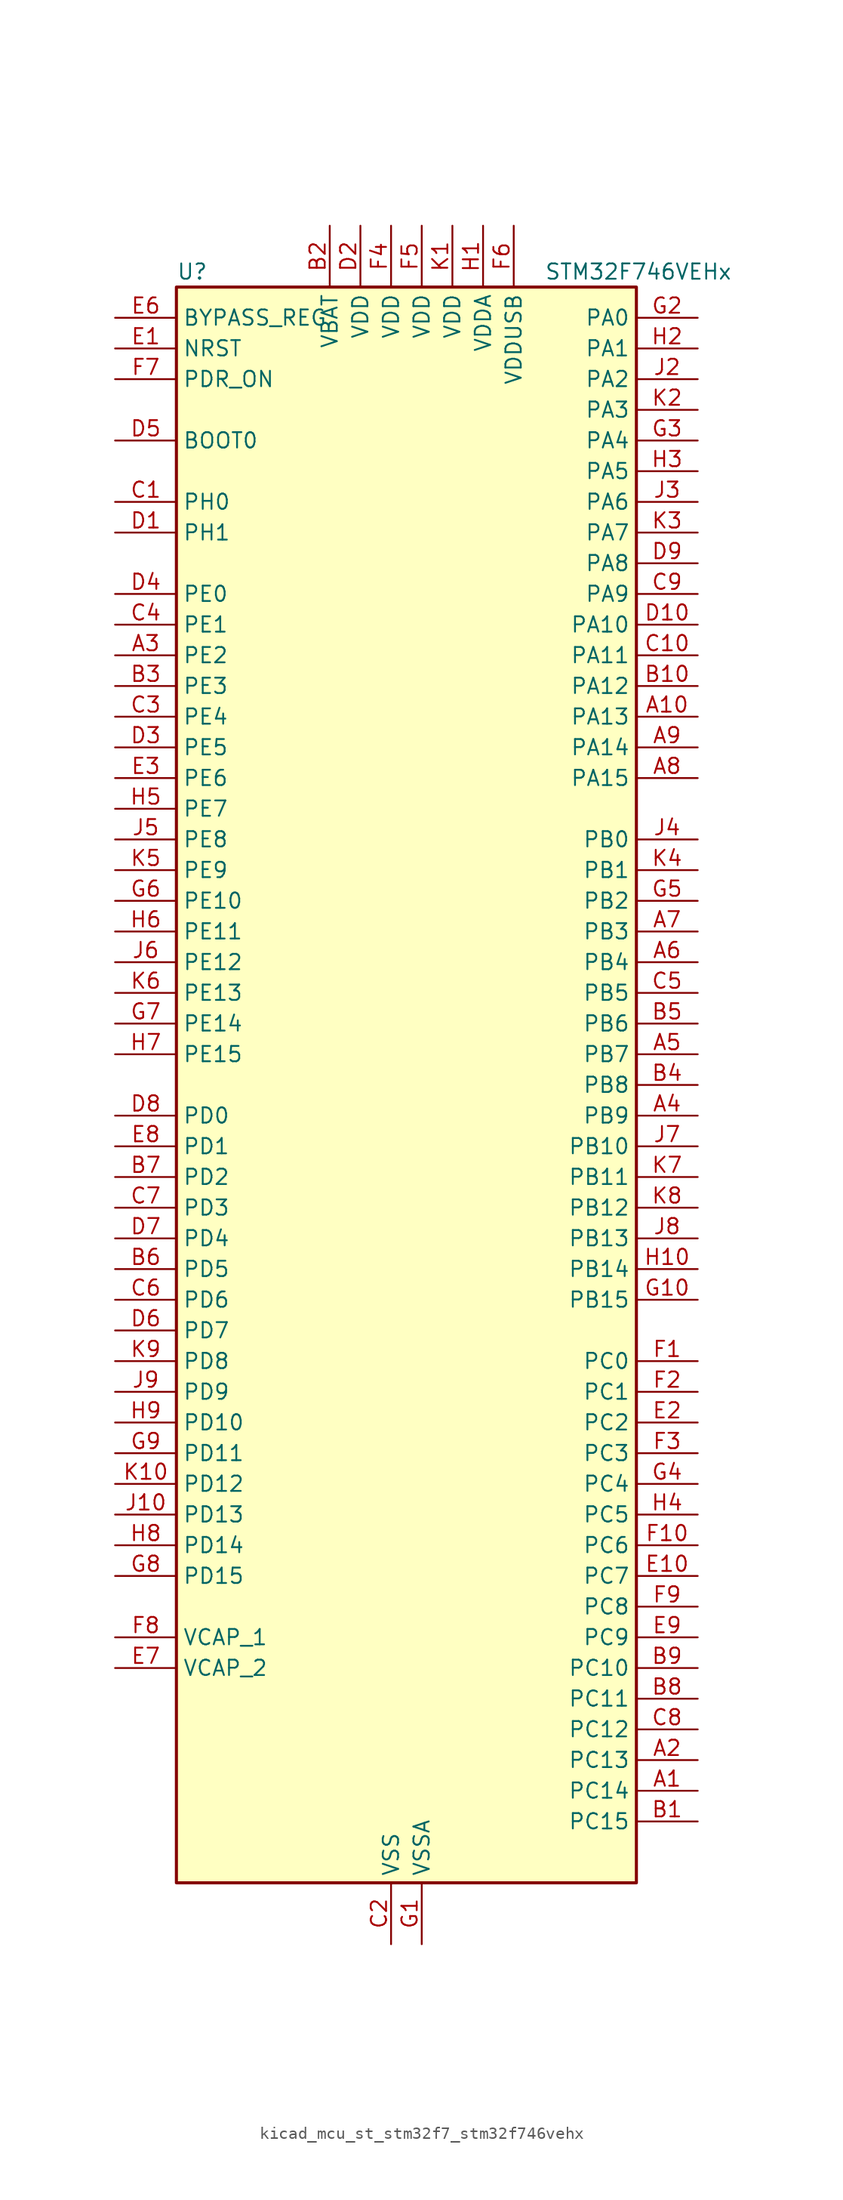
<source format=kicad_sym>
(kicad_symbol_lib
  (version 20220914)
  (generator kicad_symbol_editor)
  (symbol "kicad_mcu_st_stm32f7_stm32f746vehx"
    (property "Reference" "U"
      (at -17.78 67.31 0)
      (effects (font (size 1.27 1.27)) (justify left)))
    (property "Value" "STM32F746VEHx"
      (at 12.7 67.31 0)
      (effects (font (size 1.27 1.27)) (justify left)))
    (property "ki_locked" ""
      (at 0 0 0)
      (effects (font (size 1.27 1.27))))
    (symbol "kicad_mcu_st_stm32f7_stm32f746vehx_0_1"
      (rectangle (start -17.78 -66.04) (end 20.32 66.04) (stroke (width 0.254) (type default)) (fill (type background))))
    (symbol "kicad_mcu_st_stm32f7_stm32f746vehx_1_1"
      (pin bidirectional line (at 25.4 -58.42 180) (length 5.08) (name "PC14" (effects (font (size 1.27 1.27)))) (number "A1" (effects (font (size 1.27 1.27)))) (alternate "RCC_OSC32_IN" bidirectional line))
      (pin bidirectional line (at 25.4 30.48 180) (length 5.08) (name "PA13" (effects (font (size 1.27 1.27)))) (number "A10" (effects (font (size 1.27 1.27)))) (alternate "SYS_JTMS-SWDIO" bidirectional line))
      (pin bidirectional line (at 25.4 -55.88 180) (length 5.08) (name "PC13" (effects (font (size 1.27 1.27)))) (number "A2" (effects (font (size 1.27 1.27)))) (alternate "RTC_OUT" bidirectional line) (alternate "RTC_TAMP1" bidirectional line) (alternate "RTC_TS" bidirectional line) (alternate "SYS_WKUP4" bidirectional line))
      (pin bidirectional line (at -22.86 35.56 0) (length 5.08) (name "PE2" (effects (font (size 1.27 1.27)))) (number "A3" (effects (font (size 1.27 1.27)))) (alternate "ETH_TXD3" bidirectional line) (alternate "FMC_A23" bidirectional line) (alternate "QUADSPI_BK1_IO2" bidirectional line) (alternate "SAI1_MCLK_A" bidirectional line) (alternate "SPI4_SCK" bidirectional line) (alternate "SYS_TRACECLK" bidirectional line))
      (pin bidirectional line (at 25.4 -2.54 180) (length 5.08) (name "PB9" (effects (font (size 1.27 1.27)))) (number "A4" (effects (font (size 1.27 1.27)))) (alternate "CAN1_TX" bidirectional line) (alternate "DAC_EXTI9" bidirectional line) (alternate "DCMI_D7" bidirectional line) (alternate "I2C1_SDA" bidirectional line) (alternate "I2S2_WS" bidirectional line) (alternate "LTDC_B7" bidirectional line) (alternate "SDMMC1_D5" bidirectional line) (alternate "SPI2_NSS" bidirectional line) (alternate "TIM11_CH1" bidirectional line) (alternate "TIM4_CH4" bidirectional line))
      (pin bidirectional line (at 25.4 2.54 180) (length 5.08) (name "PB7" (effects (font (size 1.27 1.27)))) (number "A5" (effects (font (size 1.27 1.27)))) (alternate "DCMI_VSYNC" bidirectional line) (alternate "FMC_NL" bidirectional line) (alternate "I2C1_SDA" bidirectional line) (alternate "TIM4_CH2" bidirectional line) (alternate "USART1_RX" bidirectional line))
      (pin bidirectional line (at 25.4 10.16 180) (length 5.08) (name "PB4" (effects (font (size 1.27 1.27)))) (number "A6" (effects (font (size 1.27 1.27)))) (alternate "I2S2_WS" bidirectional line) (alternate "SPI1_MISO" bidirectional line) (alternate "SPI2_NSS" bidirectional line) (alternate "SPI3_MISO" bidirectional line) (alternate "SYS_JTRST" bidirectional line) (alternate "TIM3_CH1" bidirectional line))
      (pin bidirectional line (at 25.4 12.7 180) (length 5.08) (name "PB3" (effects (font (size 1.27 1.27)))) (number "A7" (effects (font (size 1.27 1.27)))) (alternate "I2S1_CK" bidirectional line) (alternate "I2S3_CK" bidirectional line) (alternate "SPI1_SCK" bidirectional line) (alternate "SPI3_SCK" bidirectional line) (alternate "SYS_JTDO-SWO" bidirectional line) (alternate "TIM2_CH2" bidirectional line))
      (pin bidirectional line (at 25.4 25.4 180) (length 5.08) (name "PA15" (effects (font (size 1.27 1.27)))) (number "A8" (effects (font (size 1.27 1.27)))) (alternate "CEC" bidirectional line) (alternate "I2S1_WS" bidirectional line) (alternate "I2S3_WS" bidirectional line) (alternate "SPI1_NSS" bidirectional line) (alternate "SPI3_NSS" bidirectional line) (alternate "SYS_JTDI" bidirectional line) (alternate "TIM2_CH1" bidirectional line) (alternate "TIM2_ETR" bidirectional line) (alternate "UART4_DE" bidirectional line) (alternate "UART4_RTS" bidirectional line))
      (pin bidirectional line (at 25.4 27.94 180) (length 5.08) (name "PA14" (effects (font (size 1.27 1.27)))) (number "A9" (effects (font (size 1.27 1.27)))) (alternate "SYS_JTCK-SWCLK" bidirectional line))
      (pin bidirectional line (at 25.4 -60.96 180) (length 5.08) (name "PC15" (effects (font (size 1.27 1.27)))) (number "B1" (effects (font (size 1.27 1.27)))) (alternate "RCC_OSC32_OUT" bidirectional line))
      (pin bidirectional line (at 25.4 33.02 180) (length 5.08) (name "PA12" (effects (font (size 1.27 1.27)))) (number "B10" (effects (font (size 1.27 1.27)))) (alternate "CAN1_TX" bidirectional line) (alternate "LTDC_R5" bidirectional line) (alternate "SAI2_FS_B" bidirectional line) (alternate "TIM1_ETR" bidirectional line) (alternate "USART1_DE" bidirectional line) (alternate "USART1_RTS" bidirectional line) (alternate "USB_OTG_FS_DP" bidirectional line))
      (pin power_in line (at -5.08 71.12 270) (length 5.08) (name "VBAT" (effects (font (size 1.27 1.27)))) (number "B2" (effects (font (size 1.27 1.27)))))
      (pin bidirectional line (at -22.86 33.02 0) (length 5.08) (name "PE3" (effects (font (size 1.27 1.27)))) (number "B3" (effects (font (size 1.27 1.27)))) (alternate "FMC_A19" bidirectional line) (alternate "SAI1_SD_B" bidirectional line) (alternate "SYS_TRACED0" bidirectional line))
      (pin bidirectional line (at 25.4 0 180) (length 5.08) (name "PB8" (effects (font (size 1.27 1.27)))) (number "B4" (effects (font (size 1.27 1.27)))) (alternate "CAN1_RX" bidirectional line) (alternate "DCMI_D6" bidirectional line) (alternate "ETH_TXD3" bidirectional line) (alternate "I2C1_SCL" bidirectional line) (alternate "LTDC_B6" bidirectional line) (alternate "SDMMC1_D4" bidirectional line) (alternate "TIM10_CH1" bidirectional line) (alternate "TIM4_CH3" bidirectional line))
      (pin bidirectional line (at 25.4 5.08 180) (length 5.08) (name "PB6" (effects (font (size 1.27 1.27)))) (number "B5" (effects (font (size 1.27 1.27)))) (alternate "CAN2_TX" bidirectional line) (alternate "CEC" bidirectional line) (alternate "DCMI_D5" bidirectional line) (alternate "FMC_SDNE1" bidirectional line) (alternate "I2C1_SCL" bidirectional line) (alternate "QUADSPI_BK1_NCS" bidirectional line) (alternate "TIM4_CH1" bidirectional line) (alternate "USART1_TX" bidirectional line))
      (pin bidirectional line (at -22.86 -15.24 0) (length 5.08) (name "PD5" (effects (font (size 1.27 1.27)))) (number "B6" (effects (font (size 1.27 1.27)))) (alternate "FMC_NWE" bidirectional line) (alternate "USART2_TX" bidirectional line))
      (pin bidirectional line (at -22.86 -7.62 0) (length 5.08) (name "PD2" (effects (font (size 1.27 1.27)))) (number "B7" (effects (font (size 1.27 1.27)))) (alternate "DCMI_D11" bidirectional line) (alternate "SDMMC1_CMD" bidirectional line) (alternate "SYS_TRACED2" bidirectional line) (alternate "TIM3_ETR" bidirectional line) (alternate "UART5_RX" bidirectional line))
      (pin bidirectional line (at 25.4 -50.8 180) (length 5.08) (name "PC11" (effects (font (size 1.27 1.27)))) (number "B8" (effects (font (size 1.27 1.27)))) (alternate "ADC1_EXTI11" bidirectional line) (alternate "ADC2_EXTI11" bidirectional line) (alternate "ADC3_EXTI11" bidirectional line) (alternate "DCMI_D4" bidirectional line) (alternate "QUADSPI_BK2_NCS" bidirectional line) (alternate "SDMMC1_D3" bidirectional line) (alternate "SPI3_MISO" bidirectional line) (alternate "UART4_RX" bidirectional line) (alternate "USART3_RX" bidirectional line))
      (pin bidirectional line (at 25.4 -48.26 180) (length 5.08) (name "PC10" (effects (font (size 1.27 1.27)))) (number "B9" (effects (font (size 1.27 1.27)))) (alternate "DCMI_D8" bidirectional line) (alternate "I2S3_CK" bidirectional line) (alternate "LTDC_R2" bidirectional line) (alternate "QUADSPI_BK1_IO1" bidirectional line) (alternate "SDMMC1_D2" bidirectional line) (alternate "SPI3_SCK" bidirectional line) (alternate "UART4_TX" bidirectional line) (alternate "USART3_TX" bidirectional line))
      (pin bidirectional line (at -22.86 48.26 0) (length 5.08) (name "PH0" (effects (font (size 1.27 1.27)))) (number "C1" (effects (font (size 1.27 1.27)))) (alternate "RCC_OSC_IN" bidirectional line))
      (pin bidirectional line (at 25.4 35.56 180) (length 5.08) (name "PA11" (effects (font (size 1.27 1.27)))) (number "C10" (effects (font (size 1.27 1.27)))) (alternate "ADC1_EXTI11" bidirectional line) (alternate "ADC2_EXTI11" bidirectional line) (alternate "ADC3_EXTI11" bidirectional line) (alternate "CAN1_RX" bidirectional line) (alternate "LTDC_R4" bidirectional line) (alternate "TIM1_CH4" bidirectional line) (alternate "USART1_CTS" bidirectional line) (alternate "USB_OTG_FS_DM" bidirectional line))
      (pin power_in line (at 0 -71.12 90) (length 5.08) (name "VSS" (effects (font (size 1.27 1.27)))) (number "C2" (effects (font (size 1.27 1.27)))))
      (pin bidirectional line (at -22.86 30.48 0) (length 5.08) (name "PE4" (effects (font (size 1.27 1.27)))) (number "C3" (effects (font (size 1.27 1.27)))) (alternate "DCMI_D4" bidirectional line) (alternate "FMC_A20" bidirectional line) (alternate "LTDC_B0" bidirectional line) (alternate "SAI1_FS_A" bidirectional line) (alternate "SPI4_NSS" bidirectional line) (alternate "SYS_TRACED1" bidirectional line))
      (pin bidirectional line (at -22.86 38.1 0) (length 5.08) (name "PE1" (effects (font (size 1.27 1.27)))) (number "C4" (effects (font (size 1.27 1.27)))) (alternate "DCMI_D3" bidirectional line) (alternate "FMC_NBL1" bidirectional line) (alternate "LPTIM1_IN2" bidirectional line) (alternate "UART8_TX" bidirectional line))
      (pin bidirectional line (at 25.4 7.62 180) (length 5.08) (name "PB5" (effects (font (size 1.27 1.27)))) (number "C5" (effects (font (size 1.27 1.27)))) (alternate "CAN2_RX" bidirectional line) (alternate "DCMI_D10" bidirectional line) (alternate "ETH_PPS_OUT" bidirectional line) (alternate "FMC_SDCKE1" bidirectional line) (alternate "I2C1_SMBA" bidirectional line) (alternate "I2S1_SD" bidirectional line) (alternate "I2S3_SD" bidirectional line) (alternate "SPI1_MOSI" bidirectional line) (alternate "SPI3_MOSI" bidirectional line) (alternate "TIM3_CH2" bidirectional line) (alternate "USB_OTG_HS_ULPI_D7" bidirectional line))
      (pin bidirectional line (at -22.86 -17.78 0) (length 5.08) (name "PD6" (effects (font (size 1.27 1.27)))) (number "C6" (effects (font (size 1.27 1.27)))) (alternate "DCMI_D10" bidirectional line) (alternate "FMC_NWAIT" bidirectional line) (alternate "I2S3_SD" bidirectional line) (alternate "LTDC_B2" bidirectional line) (alternate "SAI1_SD_A" bidirectional line) (alternate "SPI3_MOSI" bidirectional line) (alternate "USART2_RX" bidirectional line))
      (pin bidirectional line (at -22.86 -10.16 0) (length 5.08) (name "PD3" (effects (font (size 1.27 1.27)))) (number "C7" (effects (font (size 1.27 1.27)))) (alternate "DCMI_D5" bidirectional line) (alternate "FMC_CLK" bidirectional line) (alternate "I2S2_CK" bidirectional line) (alternate "LTDC_G7" bidirectional line) (alternate "SPI2_SCK" bidirectional line) (alternate "USART2_CTS" bidirectional line))
      (pin bidirectional line (at 25.4 -53.34 180) (length 5.08) (name "PC12" (effects (font (size 1.27 1.27)))) (number "C8" (effects (font (size 1.27 1.27)))) (alternate "DCMI_D9" bidirectional line) (alternate "I2S3_SD" bidirectional line) (alternate "SDMMC1_CK" bidirectional line) (alternate "SPI3_MOSI" bidirectional line) (alternate "SYS_TRACED3" bidirectional line) (alternate "UART5_TX" bidirectional line) (alternate "USART3_CK" bidirectional line))
      (pin bidirectional line (at 25.4 40.64 180) (length 5.08) (name "PA9" (effects (font (size 1.27 1.27)))) (number "C9" (effects (font (size 1.27 1.27)))) (alternate "DAC_EXTI9" bidirectional line) (alternate "DCMI_D0" bidirectional line) (alternate "I2C3_SMBA" bidirectional line) (alternate "I2S2_CK" bidirectional line) (alternate "SPI2_SCK" bidirectional line) (alternate "TIM1_CH2" bidirectional line) (alternate "USART1_TX" bidirectional line) (alternate "USB_OTG_FS_VBUS" bidirectional line))
      (pin bidirectional line (at -22.86 45.72 0) (length 5.08) (name "PH1" (effects (font (size 1.27 1.27)))) (number "D1" (effects (font (size 1.27 1.27)))) (alternate "RCC_OSC_OUT" bidirectional line))
      (pin bidirectional line (at 25.4 38.1 180) (length 5.08) (name "PA10" (effects (font (size 1.27 1.27)))) (number "D10" (effects (font (size 1.27 1.27)))) (alternate "DCMI_D1" bidirectional line) (alternate "TIM1_CH3" bidirectional line) (alternate "USART1_RX" bidirectional line) (alternate "USB_OTG_FS_ID" bidirectional line))
      (pin power_in line (at -2.54 71.12 270) (length 5.08) (name "VDD" (effects (font (size 1.27 1.27)))) (number "D2" (effects (font (size 1.27 1.27)))))
      (pin bidirectional line (at -22.86 27.94 0) (length 5.08) (name "PE5" (effects (font (size 1.27 1.27)))) (number "D3" (effects (font (size 1.27 1.27)))) (alternate "DCMI_D6" bidirectional line) (alternate "FMC_A21" bidirectional line) (alternate "LTDC_G0" bidirectional line) (alternate "SAI1_SCK_A" bidirectional line) (alternate "SPI4_MISO" bidirectional line) (alternate "SYS_TRACED2" bidirectional line) (alternate "TIM9_CH1" bidirectional line))
      (pin bidirectional line (at -22.86 40.64 0) (length 5.08) (name "PE0" (effects (font (size 1.27 1.27)))) (number "D4" (effects (font (size 1.27 1.27)))) (alternate "DCMI_D2" bidirectional line) (alternate "FMC_NBL0" bidirectional line) (alternate "LPTIM1_ETR" bidirectional line) (alternate "SAI2_MCLK_A" bidirectional line) (alternate "TIM4_ETR" bidirectional line) (alternate "UART8_RX" bidirectional line))
      (pin input line (at -22.86 53.34 0) (length 5.08) (name "BOOT0" (effects (font (size 1.27 1.27)))) (number "D5" (effects (font (size 1.27 1.27)))))
      (pin bidirectional line (at -22.86 -20.32 0) (length 5.08) (name "PD7" (effects (font (size 1.27 1.27)))) (number "D6" (effects (font (size 1.27 1.27)))) (alternate "FMC_NE1" bidirectional line) (alternate "SPDIFRX_IN0" bidirectional line) (alternate "USART2_CK" bidirectional line))
      (pin bidirectional line (at -22.86 -12.7 0) (length 5.08) (name "PD4" (effects (font (size 1.27 1.27)))) (number "D7" (effects (font (size 1.27 1.27)))) (alternate "FMC_NOE" bidirectional line) (alternate "USART2_DE" bidirectional line) (alternate "USART2_RTS" bidirectional line))
      (pin bidirectional line (at -22.86 -2.54 0) (length 5.08) (name "PD0" (effects (font (size 1.27 1.27)))) (number "D8" (effects (font (size 1.27 1.27)))) (alternate "CAN1_RX" bidirectional line) (alternate "FMC_D2" bidirectional line) (alternate "FMC_DA2" bidirectional line))
      (pin bidirectional line (at 25.4 43.18 180) (length 5.08) (name "PA8" (effects (font (size 1.27 1.27)))) (number "D9" (effects (font (size 1.27 1.27)))) (alternate "I2C3_SCL" bidirectional line) (alternate "LTDC_R6" bidirectional line) (alternate "RCC_MCO_1" bidirectional line) (alternate "TIM1_CH1" bidirectional line) (alternate "TIM8_BKIN2" bidirectional line) (alternate "USART1_CK" bidirectional line) (alternate "USB_OTG_FS_SOF" bidirectional line))
      (pin input line (at -22.86 60.96 0) (length 5.08) (name "NRST" (effects (font (size 1.27 1.27)))) (number "E1" (effects (font (size 1.27 1.27)))))
      (pin bidirectional line (at 25.4 -40.64 180) (length 5.08) (name "PC7" (effects (font (size 1.27 1.27)))) (number "E10" (effects (font (size 1.27 1.27)))) (alternate "DCMI_D1" bidirectional line) (alternate "I2S3_MCK" bidirectional line) (alternate "LTDC_G6" bidirectional line) (alternate "SDMMC1_D7" bidirectional line) (alternate "TIM3_CH2" bidirectional line) (alternate "TIM8_CH2" bidirectional line) (alternate "USART6_RX" bidirectional line))
      (pin bidirectional line (at 25.4 -27.94 180) (length 5.08) (name "PC2" (effects (font (size 1.27 1.27)))) (number "E2" (effects (font (size 1.27 1.27)))) (alternate "ADC1_IN12" bidirectional line) (alternate "ADC2_IN12" bidirectional line) (alternate "ADC3_IN12" bidirectional line) (alternate "ETH_TXD2" bidirectional line) (alternate "FMC_SDNE0" bidirectional line) (alternate "SPI2_MISO" bidirectional line) (alternate "USB_OTG_HS_ULPI_DIR" bidirectional line))
      (pin bidirectional line (at -22.86 25.4 0) (length 5.08) (name "PE6" (effects (font (size 1.27 1.27)))) (number "E3" (effects (font (size 1.27 1.27)))) (alternate "DCMI_D7" bidirectional line) (alternate "FMC_A22" bidirectional line) (alternate "LTDC_G1" bidirectional line) (alternate "SAI1_SD_A" bidirectional line) (alternate "SAI2_MCLK_B" bidirectional line) (alternate "SPI4_MOSI" bidirectional line) (alternate "SYS_TRACED3" bidirectional line) (alternate "TIM1_BKIN2" bidirectional line) (alternate "TIM9_CH2" bidirectional line))
      (pin passive line (at 0 -71.12 90) (length 5.08) hide (name "VSS" (effects (font (size 1.27 1.27)))) (number "E4" (effects (font (size 1.27 1.27)))))
      (pin passive line (at 0 -71.12 90) (length 5.08) hide (name "VSS" (effects (font (size 1.27 1.27)))) (number "E5" (effects (font (size 1.27 1.27)))))
      (pin input line (at -22.86 63.5 0) (length 5.08) (name "BYPASS_REG" (effects (font (size 1.27 1.27)))) (number "E6" (effects (font (size 1.27 1.27)))))
      (pin power_out line (at -22.86 -48.26 0) (length 5.08) (name "VCAP_2" (effects (font (size 1.27 1.27)))) (number "E7" (effects (font (size 1.27 1.27)))))
      (pin bidirectional line (at -22.86 -5.08 0) (length 5.08) (name "PD1" (effects (font (size 1.27 1.27)))) (number "E8" (effects (font (size 1.27 1.27)))) (alternate "CAN1_TX" bidirectional line) (alternate "FMC_D3" bidirectional line) (alternate "FMC_DA3" bidirectional line))
      (pin bidirectional line (at 25.4 -45.72 180) (length 5.08) (name "PC9" (effects (font (size 1.27 1.27)))) (number "E9" (effects (font (size 1.27 1.27)))) (alternate "DAC_EXTI9" bidirectional line) (alternate "DCMI_D3" bidirectional line) (alternate "I2C3_SDA" bidirectional line) (alternate "I2S_CKIN" bidirectional line) (alternate "QUADSPI_BK1_IO0" bidirectional line) (alternate "RCC_MCO_2" bidirectional line) (alternate "SDMMC1_D1" bidirectional line) (alternate "TIM3_CH4" bidirectional line) (alternate "TIM8_CH4" bidirectional line) (alternate "UART5_CTS" bidirectional line))
      (pin bidirectional line (at 25.4 -22.86 180) (length 5.08) (name "PC0" (effects (font (size 1.27 1.27)))) (number "F1" (effects (font (size 1.27 1.27)))) (alternate "ADC1_IN10" bidirectional line) (alternate "ADC2_IN10" bidirectional line) (alternate "ADC3_IN10" bidirectional line) (alternate "FMC_SDNWE" bidirectional line) (alternate "LTDC_R5" bidirectional line) (alternate "SAI2_FS_B" bidirectional line) (alternate "USB_OTG_HS_ULPI_STP" bidirectional line))
      (pin bidirectional line (at 25.4 -38.1 180) (length 5.08) (name "PC6" (effects (font (size 1.27 1.27)))) (number "F10" (effects (font (size 1.27 1.27)))) (alternate "DCMI_D0" bidirectional line) (alternate "I2S2_MCK" bidirectional line) (alternate "LTDC_HSYNC" bidirectional line) (alternate "SDMMC1_D6" bidirectional line) (alternate "TIM3_CH1" bidirectional line) (alternate "TIM8_CH1" bidirectional line) (alternate "USART6_TX" bidirectional line))
      (pin bidirectional line (at 25.4 -25.4 180) (length 5.08) (name "PC1" (effects (font (size 1.27 1.27)))) (number "F2" (effects (font (size 1.27 1.27)))) (alternate "ADC1_IN11" bidirectional line) (alternate "ADC2_IN11" bidirectional line) (alternate "ADC3_IN11" bidirectional line) (alternate "ETH_MDC" bidirectional line) (alternate "I2S2_SD" bidirectional line) (alternate "RTC_TAMP3" bidirectional line) (alternate "RTC_TS" bidirectional line) (alternate "SAI1_SD_A" bidirectional line) (alternate "SPI2_MOSI" bidirectional line) (alternate "SYS_TRACED0" bidirectional line) (alternate "SYS_WKUP3" bidirectional line))
      (pin bidirectional line (at 25.4 -30.48 180) (length 5.08) (name "PC3" (effects (font (size 1.27 1.27)))) (number "F3" (effects (font (size 1.27 1.27)))) (alternate "ADC1_IN13" bidirectional line) (alternate "ADC2_IN13" bidirectional line) (alternate "ADC3_IN13" bidirectional line) (alternate "ETH_TX_CLK" bidirectional line) (alternate "FMC_SDCKE0" bidirectional line) (alternate "I2S2_SD" bidirectional line) (alternate "SPI2_MOSI" bidirectional line) (alternate "USB_OTG_HS_ULPI_NXT" bidirectional line))
      (pin power_in line (at 0 71.12 270) (length 5.08) (name "VDD" (effects (font (size 1.27 1.27)))) (number "F4" (effects (font (size 1.27 1.27)))))
      (pin power_in line (at 2.54 71.12 270) (length 5.08) (name "VDD" (effects (font (size 1.27 1.27)))) (number "F5" (effects (font (size 1.27 1.27)))))
      (pin power_in line (at 10.16 71.12 270) (length 5.08) (name "VDDUSB" (effects (font (size 1.27 1.27)))) (number "F6" (effects (font (size 1.27 1.27)))))
      (pin input line (at -22.86 58.42 0) (length 5.08) (name "PDR_ON" (effects (font (size 1.27 1.27)))) (number "F7" (effects (font (size 1.27 1.27)))))
      (pin power_out line (at -22.86 -45.72 0) (length 5.08) (name "VCAP_1" (effects (font (size 1.27 1.27)))) (number "F8" (effects (font (size 1.27 1.27)))))
      (pin bidirectional line (at 25.4 -43.18 180) (length 5.08) (name "PC8" (effects (font (size 1.27 1.27)))) (number "F9" (effects (font (size 1.27 1.27)))) (alternate "DCMI_D2" bidirectional line) (alternate "SDMMC1_D0" bidirectional line) (alternate "SYS_TRACED1" bidirectional line) (alternate "TIM3_CH3" bidirectional line) (alternate "TIM8_CH3" bidirectional line) (alternate "UART5_DE" bidirectional line) (alternate "UART5_RTS" bidirectional line) (alternate "USART6_CK" bidirectional line))
      (pin power_in line (at 2.54 -71.12 90) (length 5.08) (name "VSSA" (effects (font (size 1.27 1.27)))) (number "G1" (effects (font (size 1.27 1.27)))))
      (pin bidirectional line (at 25.4 -17.78 180) (length 5.08) (name "PB15" (effects (font (size 1.27 1.27)))) (number "G10" (effects (font (size 1.27 1.27)))) (alternate "I2S2_SD" bidirectional line) (alternate "RTC_REFIN" bidirectional line) (alternate "SPI2_MOSI" bidirectional line) (alternate "TIM12_CH2" bidirectional line) (alternate "TIM1_CH3N" bidirectional line) (alternate "TIM8_CH3N" bidirectional line) (alternate "USB_OTG_HS_DP" bidirectional line))
      (pin bidirectional line (at 25.4 63.5 180) (length 5.08) (name "PA0" (effects (font (size 1.27 1.27)))) (number "G2" (effects (font (size 1.27 1.27)))) (alternate "ADC1_IN0" bidirectional line) (alternate "ADC2_IN0" bidirectional line) (alternate "ADC3_IN0" bidirectional line) (alternate "ETH_CRS" bidirectional line) (alternate "SAI2_SD_B" bidirectional line) (alternate "SYS_WKUP1" bidirectional line) (alternate "TIM2_CH1" bidirectional line) (alternate "TIM2_ETR" bidirectional line) (alternate "TIM5_CH1" bidirectional line) (alternate "TIM8_ETR" bidirectional line) (alternate "UART4_TX" bidirectional line) (alternate "USART2_CTS" bidirectional line))
      (pin bidirectional line (at 25.4 53.34 180) (length 5.08) (name "PA4" (effects (font (size 1.27 1.27)))) (number "G3" (effects (font (size 1.27 1.27)))) (alternate "ADC1_IN4" bidirectional line) (alternate "ADC2_IN4" bidirectional line) (alternate "DAC_OUT1" bidirectional line) (alternate "DCMI_HSYNC" bidirectional line) (alternate "I2S1_WS" bidirectional line) (alternate "I2S3_WS" bidirectional line) (alternate "LTDC_VSYNC" bidirectional line) (alternate "SPI1_NSS" bidirectional line) (alternate "SPI3_NSS" bidirectional line) (alternate "USART2_CK" bidirectional line) (alternate "USB_OTG_HS_SOF" bidirectional line))
      (pin bidirectional line (at 25.4 -33.02 180) (length 5.08) (name "PC4" (effects (font (size 1.27 1.27)))) (number "G4" (effects (font (size 1.27 1.27)))) (alternate "ADC1_IN14" bidirectional line) (alternate "ADC2_IN14" bidirectional line) (alternate "ETH_RXD0" bidirectional line) (alternate "FMC_SDNE0" bidirectional line) (alternate "I2S1_MCK" bidirectional line) (alternate "SPDIFRX_IN2" bidirectional line))
      (pin bidirectional line (at 25.4 15.24 180) (length 5.08) (name "PB2" (effects (font (size 1.27 1.27)))) (number "G5" (effects (font (size 1.27 1.27)))) (alternate "I2S3_SD" bidirectional line) (alternate "QUADSPI_CLK" bidirectional line) (alternate "SAI1_SD_A" bidirectional line) (alternate "SPI3_MOSI" bidirectional line))
      (pin bidirectional line (at -22.86 15.24 0) (length 5.08) (name "PE10" (effects (font (size 1.27 1.27)))) (number "G6" (effects (font (size 1.27 1.27)))) (alternate "FMC_D7" bidirectional line) (alternate "FMC_DA7" bidirectional line) (alternate "QUADSPI_BK2_IO3" bidirectional line) (alternate "TIM1_CH2N" bidirectional line) (alternate "UART7_CTS" bidirectional line))
      (pin bidirectional line (at -22.86 5.08 0) (length 5.08) (name "PE14" (effects (font (size 1.27 1.27)))) (number "G7" (effects (font (size 1.27 1.27)))) (alternate "FMC_D11" bidirectional line) (alternate "FMC_DA11" bidirectional line) (alternate "LTDC_CLK" bidirectional line) (alternate "SAI2_MCLK_B" bidirectional line) (alternate "SPI4_MOSI" bidirectional line) (alternate "TIM1_CH4" bidirectional line))
      (pin bidirectional line (at -22.86 -40.64 0) (length 5.08) (name "PD15" (effects (font (size 1.27 1.27)))) (number "G8" (effects (font (size 1.27 1.27)))) (alternate "FMC_D1" bidirectional line) (alternate "FMC_DA1" bidirectional line) (alternate "TIM4_CH4" bidirectional line) (alternate "UART8_DE" bidirectional line) (alternate "UART8_RTS" bidirectional line))
      (pin bidirectional line (at -22.86 -30.48 0) (length 5.08) (name "PD11" (effects (font (size 1.27 1.27)))) (number "G9" (effects (font (size 1.27 1.27)))) (alternate "ADC1_EXTI11" bidirectional line) (alternate "ADC2_EXTI11" bidirectional line) (alternate "ADC3_EXTI11" bidirectional line) (alternate "FMC_A16" bidirectional line) (alternate "FMC_CLE" bidirectional line) (alternate "I2C4_SMBA" bidirectional line) (alternate "QUADSPI_BK1_IO0" bidirectional line) (alternate "SAI2_SD_A" bidirectional line) (alternate "USART3_CTS" bidirectional line))
      (pin power_in line (at 7.62 71.12 270) (length 5.08) (name "VDDA" (effects (font (size 1.27 1.27)))) (number "H1" (effects (font (size 1.27 1.27)))))
      (pin bidirectional line (at 25.4 -15.24 180) (length 5.08) (name "PB14" (effects (font (size 1.27 1.27)))) (number "H10" (effects (font (size 1.27 1.27)))) (alternate "SPI2_MISO" bidirectional line) (alternate "TIM12_CH1" bidirectional line) (alternate "TIM1_CH2N" bidirectional line) (alternate "TIM8_CH2N" bidirectional line) (alternate "USART3_DE" bidirectional line) (alternate "USART3_RTS" bidirectional line) (alternate "USB_OTG_HS_DM" bidirectional line))
      (pin bidirectional line (at 25.4 60.96 180) (length 5.08) (name "PA1" (effects (font (size 1.27 1.27)))) (number "H2" (effects (font (size 1.27 1.27)))) (alternate "ADC1_IN1" bidirectional line) (alternate "ADC2_IN1" bidirectional line) (alternate "ADC3_IN1" bidirectional line) (alternate "ETH_REF_CLK" bidirectional line) (alternate "ETH_RX_CLK" bidirectional line) (alternate "LTDC_R2" bidirectional line) (alternate "QUADSPI_BK1_IO3" bidirectional line) (alternate "SAI2_MCLK_B" bidirectional line) (alternate "TIM2_CH2" bidirectional line) (alternate "TIM5_CH2" bidirectional line) (alternate "UART4_RX" bidirectional line) (alternate "USART2_DE" bidirectional line) (alternate "USART2_RTS" bidirectional line))
      (pin bidirectional line (at 25.4 50.8 180) (length 5.08) (name "PA5" (effects (font (size 1.27 1.27)))) (number "H3" (effects (font (size 1.27 1.27)))) (alternate "ADC1_IN5" bidirectional line) (alternate "ADC2_IN5" bidirectional line) (alternate "DAC_OUT2" bidirectional line) (alternate "I2S1_CK" bidirectional line) (alternate "LTDC_R4" bidirectional line) (alternate "SPI1_SCK" bidirectional line) (alternate "TIM2_CH1" bidirectional line) (alternate "TIM2_ETR" bidirectional line) (alternate "TIM8_CH1N" bidirectional line) (alternate "USB_OTG_HS_ULPI_CK" bidirectional line))
      (pin bidirectional line (at 25.4 -35.56 180) (length 5.08) (name "PC5" (effects (font (size 1.27 1.27)))) (number "H4" (effects (font (size 1.27 1.27)))) (alternate "ADC1_IN15" bidirectional line) (alternate "ADC2_IN15" bidirectional line) (alternate "ETH_RXD1" bidirectional line) (alternate "FMC_SDCKE0" bidirectional line) (alternate "SPDIFRX_IN3" bidirectional line))
      (pin bidirectional line (at -22.86 22.86 0) (length 5.08) (name "PE7" (effects (font (size 1.27 1.27)))) (number "H5" (effects (font (size 1.27 1.27)))) (alternate "FMC_D4" bidirectional line) (alternate "FMC_DA4" bidirectional line) (alternate "QUADSPI_BK2_IO0" bidirectional line) (alternate "TIM1_ETR" bidirectional line) (alternate "UART7_RX" bidirectional line))
      (pin bidirectional line (at -22.86 12.7 0) (length 5.08) (name "PE11" (effects (font (size 1.27 1.27)))) (number "H6" (effects (font (size 1.27 1.27)))) (alternate "ADC1_EXTI11" bidirectional line) (alternate "ADC2_EXTI11" bidirectional line) (alternate "ADC3_EXTI11" bidirectional line) (alternate "FMC_D8" bidirectional line) (alternate "FMC_DA8" bidirectional line) (alternate "LTDC_G3" bidirectional line) (alternate "SAI2_SD_B" bidirectional line) (alternate "SPI4_NSS" bidirectional line) (alternate "TIM1_CH2" bidirectional line))
      (pin bidirectional line (at -22.86 2.54 0) (length 5.08) (name "PE15" (effects (font (size 1.27 1.27)))) (number "H7" (effects (font (size 1.27 1.27)))) (alternate "FMC_D12" bidirectional line) (alternate "FMC_DA12" bidirectional line) (alternate "LTDC_R7" bidirectional line) (alternate "TIM1_BKIN" bidirectional line))
      (pin bidirectional line (at -22.86 -38.1 0) (length 5.08) (name "PD14" (effects (font (size 1.27 1.27)))) (number "H8" (effects (font (size 1.27 1.27)))) (alternate "FMC_D0" bidirectional line) (alternate "FMC_DA0" bidirectional line) (alternate "TIM4_CH3" bidirectional line) (alternate "UART8_CTS" bidirectional line))
      (pin bidirectional line (at -22.86 -27.94 0) (length 5.08) (name "PD10" (effects (font (size 1.27 1.27)))) (number "H9" (effects (font (size 1.27 1.27)))) (alternate "FMC_D15" bidirectional line) (alternate "FMC_DA15" bidirectional line) (alternate "LTDC_B3" bidirectional line) (alternate "USART3_CK" bidirectional line))
      (pin passive line (at 0 -71.12 90) (length 5.08) hide (name "VSS" (effects (font (size 1.27 1.27)))) (number "J1" (effects (font (size 1.27 1.27)))))
      (pin bidirectional line (at -22.86 -35.56 0) (length 5.08) (name "PD13" (effects (font (size 1.27 1.27)))) (number "J10" (effects (font (size 1.27 1.27)))) (alternate "FMC_A18" bidirectional line) (alternate "I2C4_SDA" bidirectional line) (alternate "LPTIM1_OUT" bidirectional line) (alternate "QUADSPI_BK1_IO3" bidirectional line) (alternate "SAI2_SCK_A" bidirectional line) (alternate "TIM4_CH2" bidirectional line))
      (pin bidirectional line (at 25.4 58.42 180) (length 5.08) (name "PA2" (effects (font (size 1.27 1.27)))) (number "J2" (effects (font (size 1.27 1.27)))) (alternate "ADC1_IN2" bidirectional line) (alternate "ADC2_IN2" bidirectional line) (alternate "ADC3_IN2" bidirectional line) (alternate "ETH_MDIO" bidirectional line) (alternate "LTDC_R1" bidirectional line) (alternate "SAI2_SCK_B" bidirectional line) (alternate "SYS_WKUP2" bidirectional line) (alternate "TIM2_CH3" bidirectional line) (alternate "TIM5_CH3" bidirectional line) (alternate "TIM9_CH1" bidirectional line) (alternate "USART2_TX" bidirectional line))
      (pin bidirectional line (at 25.4 48.26 180) (length 5.08) (name "PA6" (effects (font (size 1.27 1.27)))) (number "J3" (effects (font (size 1.27 1.27)))) (alternate "ADC1_IN6" bidirectional line) (alternate "ADC2_IN6" bidirectional line) (alternate "DCMI_PIXCLK" bidirectional line) (alternate "LTDC_G2" bidirectional line) (alternate "SPI1_MISO" bidirectional line) (alternate "TIM13_CH1" bidirectional line) (alternate "TIM1_BKIN" bidirectional line) (alternate "TIM3_CH1" bidirectional line) (alternate "TIM8_BKIN" bidirectional line))
      (pin bidirectional line (at 25.4 20.32 180) (length 5.08) (name "PB0" (effects (font (size 1.27 1.27)))) (number "J4" (effects (font (size 1.27 1.27)))) (alternate "ADC1_IN8" bidirectional line) (alternate "ADC2_IN8" bidirectional line) (alternate "ETH_RXD2" bidirectional line) (alternate "LTDC_R3" bidirectional line) (alternate "TIM1_CH2N" bidirectional line) (alternate "TIM3_CH3" bidirectional line) (alternate "TIM8_CH2N" bidirectional line) (alternate "UART4_CTS" bidirectional line) (alternate "USB_OTG_HS_ULPI_D1" bidirectional line))
      (pin bidirectional line (at -22.86 20.32 0) (length 5.08) (name "PE8" (effects (font (size 1.27 1.27)))) (number "J5" (effects (font (size 1.27 1.27)))) (alternate "FMC_D5" bidirectional line) (alternate "FMC_DA5" bidirectional line) (alternate "QUADSPI_BK2_IO1" bidirectional line) (alternate "TIM1_CH1N" bidirectional line) (alternate "UART7_TX" bidirectional line))
      (pin bidirectional line (at -22.86 10.16 0) (length 5.08) (name "PE12" (effects (font (size 1.27 1.27)))) (number "J6" (effects (font (size 1.27 1.27)))) (alternate "FMC_D9" bidirectional line) (alternate "FMC_DA9" bidirectional line) (alternate "LTDC_B4" bidirectional line) (alternate "SAI2_SCK_B" bidirectional line) (alternate "SPI4_SCK" bidirectional line) (alternate "TIM1_CH3N" bidirectional line))
      (pin bidirectional line (at 25.4 -5.08 180) (length 5.08) (name "PB10" (effects (font (size 1.27 1.27)))) (number "J7" (effects (font (size 1.27 1.27)))) (alternate "ETH_RX_ER" bidirectional line) (alternate "I2C2_SCL" bidirectional line) (alternate "I2S2_CK" bidirectional line) (alternate "LTDC_G4" bidirectional line) (alternate "SPI2_SCK" bidirectional line) (alternate "TIM2_CH3" bidirectional line) (alternate "USART3_TX" bidirectional line) (alternate "USB_OTG_HS_ULPI_D3" bidirectional line))
      (pin bidirectional line (at 25.4 -12.7 180) (length 5.08) (name "PB13" (effects (font (size 1.27 1.27)))) (number "J8" (effects (font (size 1.27 1.27)))) (alternate "CAN2_TX" bidirectional line) (alternate "ETH_TXD1" bidirectional line) (alternate "I2S2_CK" bidirectional line) (alternate "SPI2_SCK" bidirectional line) (alternate "TIM1_CH1N" bidirectional line) (alternate "USART3_CTS" bidirectional line) (alternate "USB_OTG_HS_ULPI_D6" bidirectional line) (alternate "USB_OTG_HS_VBUS" bidirectional line))
      (pin bidirectional line (at -22.86 -25.4 0) (length 5.08) (name "PD9" (effects (font (size 1.27 1.27)))) (number "J9" (effects (font (size 1.27 1.27)))) (alternate "DAC_EXTI9" bidirectional line) (alternate "FMC_D14" bidirectional line) (alternate "FMC_DA14" bidirectional line) (alternate "USART3_RX" bidirectional line))
      (pin power_in line (at 5.08 71.12 270) (length 5.08) (name "VDD" (effects (font (size 1.27 1.27)))) (number "K1" (effects (font (size 1.27 1.27)))))
      (pin bidirectional line (at -22.86 -33.02 0) (length 5.08) (name "PD12" (effects (font (size 1.27 1.27)))) (number "K10" (effects (font (size 1.27 1.27)))) (alternate "FMC_A17" bidirectional line) (alternate "FMC_ALE" bidirectional line) (alternate "I2C4_SCL" bidirectional line) (alternate "LPTIM1_IN1" bidirectional line) (alternate "QUADSPI_BK1_IO1" bidirectional line) (alternate "SAI2_FS_A" bidirectional line) (alternate "TIM4_CH1" bidirectional line) (alternate "USART3_DE" bidirectional line) (alternate "USART3_RTS" bidirectional line))
      (pin bidirectional line (at 25.4 55.88 180) (length 5.08) (name "PA3" (effects (font (size 1.27 1.27)))) (number "K2" (effects (font (size 1.27 1.27)))) (alternate "ADC1_IN3" bidirectional line) (alternate "ADC2_IN3" bidirectional line) (alternate "ADC3_IN3" bidirectional line) (alternate "ETH_COL" bidirectional line) (alternate "LTDC_B5" bidirectional line) (alternate "TIM2_CH4" bidirectional line) (alternate "TIM5_CH4" bidirectional line) (alternate "TIM9_CH2" bidirectional line) (alternate "USART2_RX" bidirectional line) (alternate "USB_OTG_HS_ULPI_D0" bidirectional line))
      (pin bidirectional line (at 25.4 45.72 180) (length 5.08) (name "PA7" (effects (font (size 1.27 1.27)))) (number "K3" (effects (font (size 1.27 1.27)))) (alternate "ADC1_IN7" bidirectional line) (alternate "ADC2_IN7" bidirectional line) (alternate "ETH_CRS_DV" bidirectional line) (alternate "ETH_RX_DV" bidirectional line) (alternate "FMC_SDNWE" bidirectional line) (alternate "I2S1_SD" bidirectional line) (alternate "SPI1_MOSI" bidirectional line) (alternate "TIM14_CH1" bidirectional line) (alternate "TIM1_CH1N" bidirectional line) (alternate "TIM3_CH2" bidirectional line) (alternate "TIM8_CH1N" bidirectional line))
      (pin bidirectional line (at 25.4 17.78 180) (length 5.08) (name "PB1" (effects (font (size 1.27 1.27)))) (number "K4" (effects (font (size 1.27 1.27)))) (alternate "ADC1_IN9" bidirectional line) (alternate "ADC2_IN9" bidirectional line) (alternate "ETH_RXD3" bidirectional line) (alternate "LTDC_R6" bidirectional line) (alternate "TIM1_CH3N" bidirectional line) (alternate "TIM3_CH4" bidirectional line) (alternate "TIM8_CH3N" bidirectional line) (alternate "USB_OTG_HS_ULPI_D2" bidirectional line))
      (pin bidirectional line (at -22.86 17.78 0) (length 5.08) (name "PE9" (effects (font (size 1.27 1.27)))) (number "K5" (effects (font (size 1.27 1.27)))) (alternate "DAC_EXTI9" bidirectional line) (alternate "FMC_D6" bidirectional line) (alternate "FMC_DA6" bidirectional line) (alternate "QUADSPI_BK2_IO2" bidirectional line) (alternate "TIM1_CH1" bidirectional line) (alternate "UART7_DE" bidirectional line) (alternate "UART7_RTS" bidirectional line))
      (pin bidirectional line (at -22.86 7.62 0) (length 5.08) (name "PE13" (effects (font (size 1.27 1.27)))) (number "K6" (effects (font (size 1.27 1.27)))) (alternate "FMC_D10" bidirectional line) (alternate "FMC_DA10" bidirectional line) (alternate "LTDC_DE" bidirectional line) (alternate "SAI2_FS_B" bidirectional line) (alternate "SPI4_MISO" bidirectional line) (alternate "TIM1_CH3" bidirectional line))
      (pin bidirectional line (at 25.4 -7.62 180) (length 5.08) (name "PB11" (effects (font (size 1.27 1.27)))) (number "K7" (effects (font (size 1.27 1.27)))) (alternate "ADC1_EXTI11" bidirectional line) (alternate "ADC2_EXTI11" bidirectional line) (alternate "ADC3_EXTI11" bidirectional line) (alternate "ETH_TX_EN" bidirectional line) (alternate "I2C2_SDA" bidirectional line) (alternate "LTDC_G5" bidirectional line) (alternate "TIM2_CH4" bidirectional line) (alternate "USART3_RX" bidirectional line) (alternate "USB_OTG_HS_ULPI_D4" bidirectional line))
      (pin bidirectional line (at 25.4 -10.16 180) (length 5.08) (name "PB12" (effects (font (size 1.27 1.27)))) (number "K8" (effects (font (size 1.27 1.27)))) (alternate "CAN2_RX" bidirectional line) (alternate "ETH_TXD0" bidirectional line) (alternate "I2C2_SMBA" bidirectional line) (alternate "I2S2_WS" bidirectional line) (alternate "SPI2_NSS" bidirectional line) (alternate "TIM1_BKIN" bidirectional line) (alternate "USART3_CK" bidirectional line) (alternate "USB_OTG_HS_ID" bidirectional line) (alternate "USB_OTG_HS_ULPI_D5" bidirectional line))
      (pin bidirectional line (at -22.86 -22.86 0) (length 5.08) (name "PD8" (effects (font (size 1.27 1.27)))) (number "K9" (effects (font (size 1.27 1.27)))) (alternate "FMC_D13" bidirectional line) (alternate "FMC_DA13" bidirectional line) (alternate "SPDIFRX_IN1" bidirectional line) (alternate "USART3_TX" bidirectional line)))))
</source>
